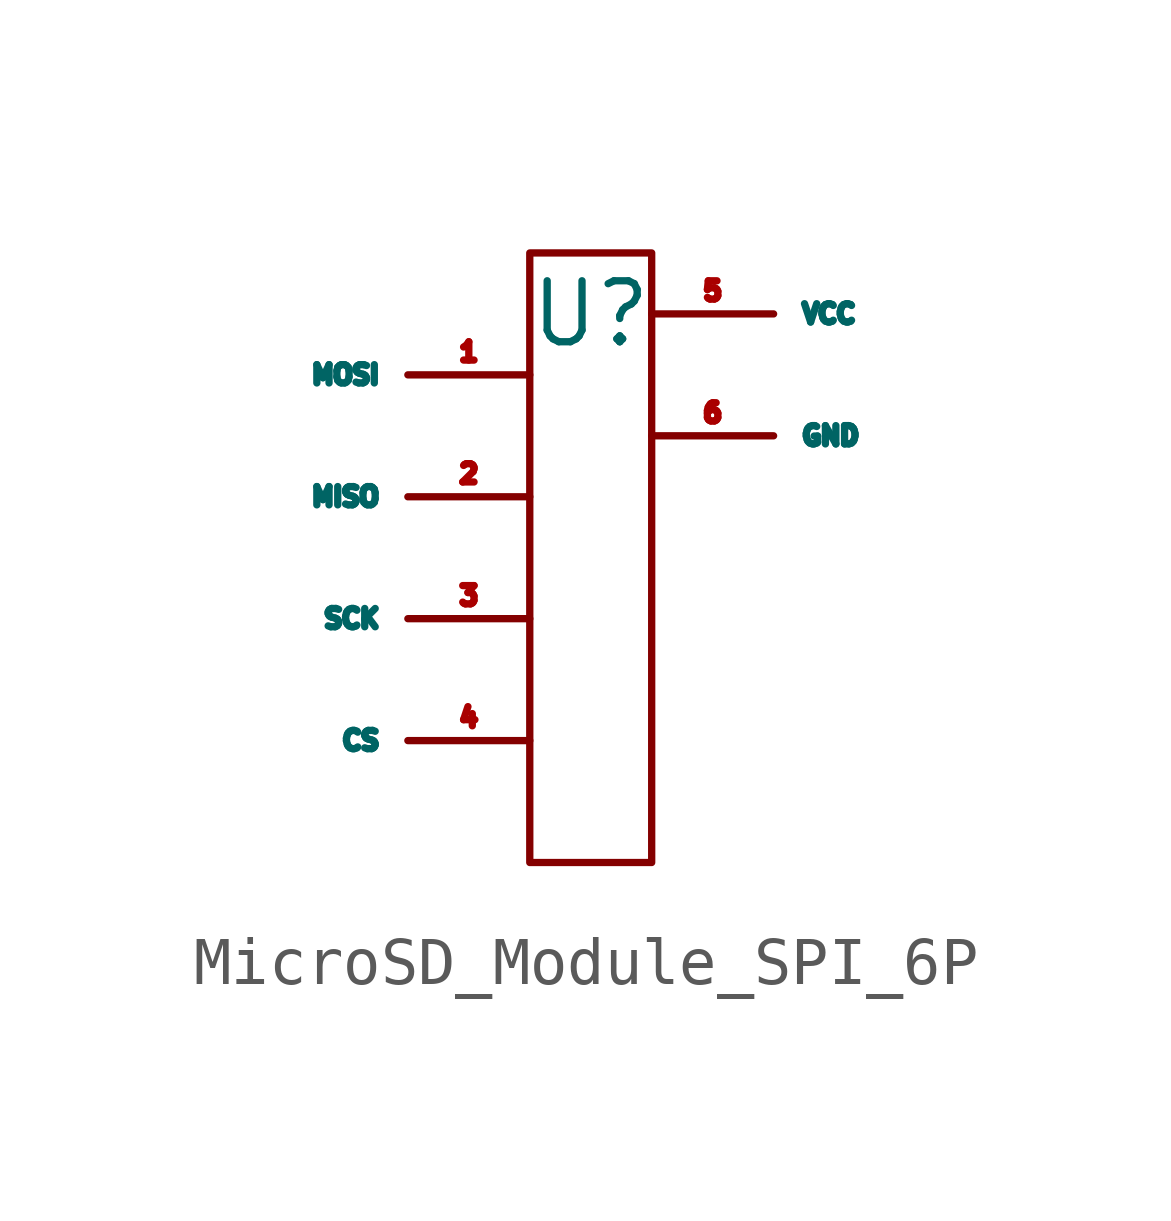
<source format=kicad_sym>
(kicad_symbol_lib
  (version 20241209)
  (generator "kicad_symbol_editor")
  (generator_version "9.0")
  (symbol "MicroSD_Module_SPI_6P"
    (property "Reference" "U"
      (at 0 0 0)
      (effects (font (size 1.27 1.27))))
    (property "Value" ""
      (at 0 0 0)
      (effects (font (size 1.27 1.27))))
    (symbol "MicroSD_Module_SPI_6P_0_1"
      (rectangle (start -1.27 1.27) (end 1.27 -11.43) (stroke (width 0) (type default)) (fill (type none))))
    (symbol "MicroSD_Module_SPI_6P_1_1"
      (pin input line (at -1.27 -1.27 180) (length 2.54) (name "MOSI" (effects (font (size 0.381 0.381)))) (number "1" (effects (font (size 0.381 0.381)))))
      (pin output line (at -1.27 -3.81 180) (length 2.54) (name "MISO" (effects (font (size 0.381 0.381)))) (number "2" (effects (font (size 0.381 0.381)))))
      (pin input line (at -1.27 -6.35 180) (length 2.54) (name "SCK" (effects (font (size 0.381 0.381)))) (number "3" (effects (font (size 0.381 0.381)))))
      (pin input line (at -1.27 -8.89 180) (length 2.54) (name "CS" (effects (font (size 0.381 0.381)))) (number "4" (effects (font (size 0.381 0.381)))))
      (pin power_in line (at 1.27 0 0) (length 2.54) (name "VCC" (effects (font (size 0.381 0.381)))) (number "5" (effects (font (size 0.381 0.381)))))
      (pin power_in line (at 1.27 -2.54 0) (length 2.54) (name "GND" (effects (font (size 0.381 0.381)))) (number "6" (effects (font (size 0.381 0.381))))))))
</source>
